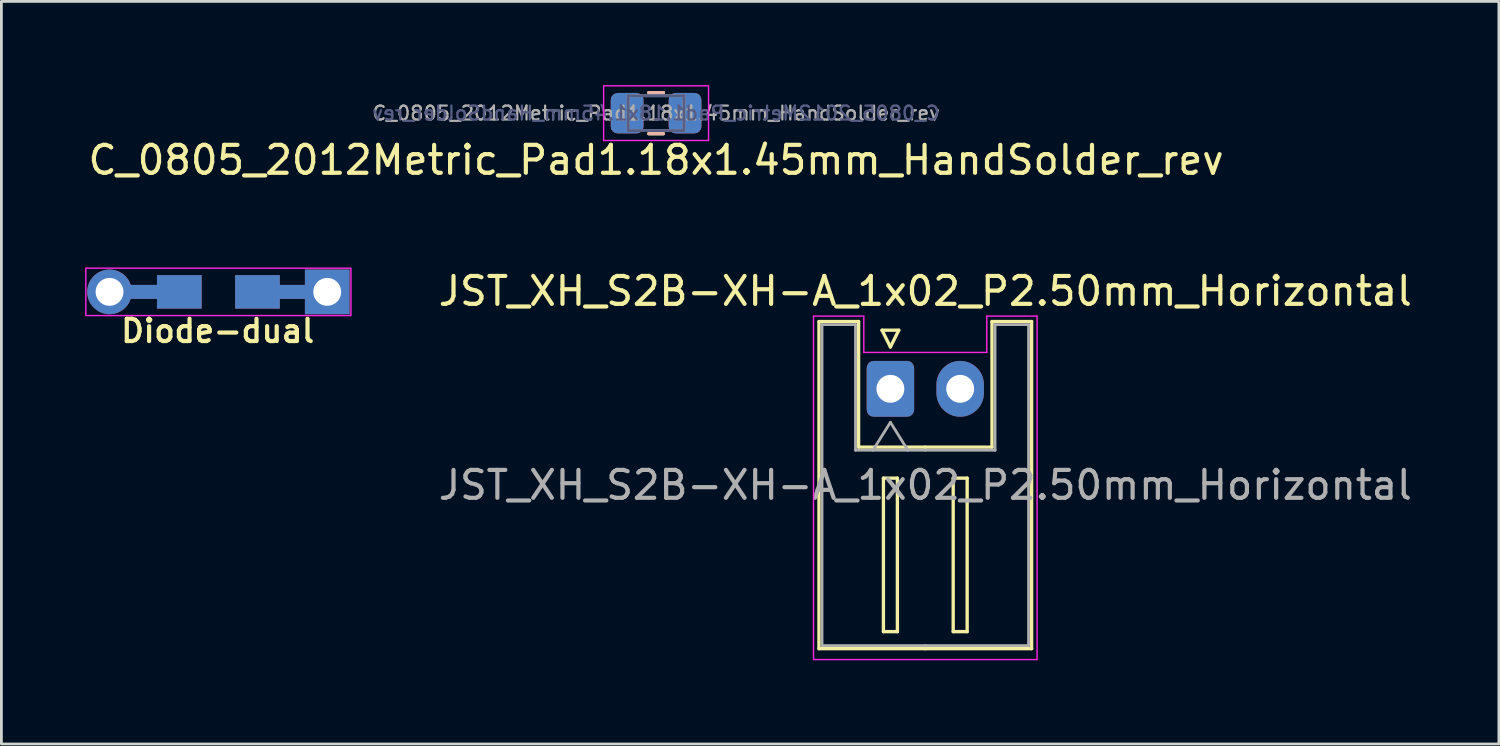
<source format=kicad_pcb>
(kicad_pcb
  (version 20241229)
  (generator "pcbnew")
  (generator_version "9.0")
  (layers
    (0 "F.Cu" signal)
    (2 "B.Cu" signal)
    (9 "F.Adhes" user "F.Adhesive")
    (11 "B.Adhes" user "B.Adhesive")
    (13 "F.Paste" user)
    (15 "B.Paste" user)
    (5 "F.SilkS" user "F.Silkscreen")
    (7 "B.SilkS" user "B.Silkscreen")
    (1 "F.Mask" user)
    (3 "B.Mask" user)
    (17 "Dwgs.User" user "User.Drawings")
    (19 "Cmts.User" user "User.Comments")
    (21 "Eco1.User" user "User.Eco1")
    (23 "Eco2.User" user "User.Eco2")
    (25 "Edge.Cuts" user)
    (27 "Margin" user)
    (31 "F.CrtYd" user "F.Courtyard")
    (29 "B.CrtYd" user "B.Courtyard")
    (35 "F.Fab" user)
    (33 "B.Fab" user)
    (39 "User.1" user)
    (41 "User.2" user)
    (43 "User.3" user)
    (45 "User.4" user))
  (footprint "JST_XH_S2B-XH-A_1x02_P2.50mm_Horizontal"
    (layer "F.Cu")
    (at 28.854 10.882)
    (property "Reference" "JST_XH_S2B-XH-A_1x02_P2.50mm_Horizontal" (at 1.25 -3.5 0) (layer "F.SilkS") (effects (font (size 1 1) (thickness 0.15))))
    (attr through_hole)
    (fp_line (start -2.56 -2.41) (end -1.14 -2.41) (stroke (width 0.12) (type solid)) (layer "F.SilkS"))
    (fp_line (start -2.56 9.31) (end -2.56 -2.41) (stroke (width 0.12) (type solid)) (layer "F.SilkS"))
    (fp_line (start -1.14 -2.41) (end -1.14 2.09) (stroke (width 0.12) (type solid)) (layer "F.SilkS"))
    (fp_line (start -1.14 2.09) (end 1.25 2.09) (stroke (width 0.12) (type solid)) (layer "F.SilkS"))
    (fp_line (start -0.3 -2.1) (end 0.3 -2.1) (stroke (width 0.12) (type solid)) (layer "F.SilkS"))
    (fp_line (start -0.25 3.2) (end -0.25 8.7) (stroke (width 0.12) (type solid)) (layer "F.SilkS"))
    (fp_line (start -0.25 8.7) (end 0.25 8.7) (stroke (width 0.12) (type solid)) (layer "F.SilkS"))
    (fp_line (start 0 -1.5) (end -0.3 -2.1) (stroke (width 0.12) (type solid)) (layer "F.SilkS"))
    (fp_line (start 0.25 3.2) (end -0.25 3.2) (stroke (width 0.12) (type solid)) (layer "F.SilkS"))
    (fp_line (start 0.25 8.7) (end 0.25 3.2) (stroke (width 0.12) (type solid)) (layer "F.SilkS"))
    (fp_line (start 0.3 -2.1) (end 0 -1.5) (stroke (width 0.12) (type solid)) (layer "F.SilkS"))
    (fp_line (start 1.25 9.31) (end -2.56 9.31) (stroke (width 0.12) (type solid)) (layer "F.SilkS"))
    (fp_line (start 1.25 9.31) (end 5.06 9.31) (stroke (width 0.12) (type solid)) (layer "F.SilkS"))
    (fp_line (start 2.25 3.2) (end 2.25 8.7) (stroke (width 0.12) (type solid)) (layer "F.SilkS"))
    (fp_line (start 2.25 8.7) (end 2.75 8.7) (stroke (width 0.12) (type solid)) (layer "F.SilkS"))
    (fp_line (start 2.75 3.2) (end 2.25 3.2) (stroke (width 0.12) (type solid)) (layer "F.SilkS"))
    (fp_line (start 2.75 8.7) (end 2.75 3.2) (stroke (width 0.12) (type solid)) (layer "F.SilkS"))
    (fp_line (start 3.64 -2.41) (end 3.64 2.09) (stroke (width 0.12) (type solid)) (layer "F.SilkS"))
    (fp_line (start 3.64 2.09) (end 1.25 2.09) (stroke (width 0.12) (type solid)) (layer "F.SilkS"))
    (fp_line (start 5.06 -2.41) (end 3.64 -2.41) (stroke (width 0.12) (type solid)) (layer "F.SilkS"))
    (fp_line (start 5.06 9.31) (end 5.06 -2.41) (stroke (width 0.12) (type solid)) (layer "F.SilkS"))
    (fp_line (start -2.755 -2.605) (end -2.755 9.7) (stroke (width 0.05) (type solid)) (layer "F.CrtYd"))
    (fp_line (start -2.755 -2.605) (end -0.953 -2.605) (stroke (width 0.05) (type solid)) (layer "F.CrtYd"))
    (fp_line (start -2.755 9.7) (end 5.255 9.7) (stroke (width 0.05) (type solid)) (layer "F.CrtYd"))
    (fp_line (start -0.953 -2.605) (end -0.953 -1.305) (stroke (width 0.05) (type solid)) (layer "F.CrtYd"))
    (fp_line (start -0.953 -1.305) (end 3.453 -1.305) (stroke (width 0.05) (type solid)) (layer "F.CrtYd"))
    (fp_line (start 3.453 -2.605) (end 3.453 -1.305) (stroke (width 0.05) (type solid)) (layer "F.CrtYd"))
    (fp_line (start 5.255 -2.605) (end 3.453 -2.605) (stroke (width 0.05) (type solid)) (layer "F.CrtYd"))
    (fp_line (start 5.255 9.7) (end 5.255 -2.605) (stroke (width 0.05) (type solid)) (layer "F.CrtYd"))
    (fp_line (start -2.45 -2.3) (end -1.25 -2.3) (stroke (width 0.1) (type solid)) (layer "F.Fab"))
    (fp_line (start -2.45 9.2) (end -2.45 -2.3) (stroke (width 0.1) (type solid)) (layer "F.Fab"))
    (fp_line (start -1.25 -2.3) (end -1.25 2.2) (stroke (width 0.1) (type solid)) (layer "F.Fab"))
    (fp_line (start -1.25 2.2) (end 1.25 2.2) (stroke (width 0.1) (type solid)) (layer "F.Fab"))
    (fp_line (start -0.625 2.2) (end 0 1.2) (stroke (width 0.1) (type solid)) (layer "F.Fab"))
    (fp_line (start 0 1.2) (end 0.625 2.2) (stroke (width 0.1) (type solid)) (layer "F.Fab"))
    (fp_line (start 1.25 9.2) (end -2.45 9.2) (stroke (width 0.1) (type solid)) (layer "F.Fab"))
    (fp_line (start 1.25 9.2) (end 4.95 9.2) (stroke (width 0.1) (type solid)) (layer "F.Fab"))
    (fp_line (start 3.75 -2.3) (end 3.75 2.2) (stroke (width 0.1) (type solid)) (layer "F.Fab"))
    (fp_line (start 3.75 2.2) (end 1.25 2.2) (stroke (width 0.1) (type solid)) (layer "F.Fab"))
    (fp_line (start 4.95 -2.3) (end 3.75 -2.3) (stroke (width 0.1) (type solid)) (layer "F.Fab"))
    (fp_line (start 4.95 9.2) (end 4.95 -2.3) (stroke (width 0.1) (type solid)) (layer "F.Fab"))
    (fp_text user "${REFERENCE}" (at 1.25 3.45 0) (layer "F.Fab") (effects (font (size 1 1) (thickness 0.15))))
    (pad "1" thru_hole roundrect (at 0 0) (size 1.7 2) (drill 1) (layers "*.Cu" "*.Mask") (roundrect_rratio 0.147))
    (pad "2" thru_hole oval (at 2.5 0) (size 1.7 2) (drill 1) (layers "*.Cu" "*.Mask")))
  (footprint "Diode-dual"
    (layer "F.Cu")
    (at 4.775 7.408)
    (property "Reference" "Diode-dual" (at -0.025 1.4 0) (layer "F.SilkS") (effects (font (size 0.8 0.8) (thickness 0.15))))
    (attr smd)
    (fp_rect (start -4.75 -0.85) (end 4.75 0.85) (stroke (width 0.05) (type default)) (fill no) (layer "F.CrtYd"))
    (pad "1" smd rect (at 1.4 0) (size 1.6 1.2) (layers "F.Cu" "F.Mask" "F.Paste"))
    (pad "1" smd rect (at 1.4 0) (size 1.6 1.2) (layers "B.Cu" "B.Mask" "B.Paste"))
    (pad "1" smd rect (at 2.5 0) (size 2.9 0.5) (layers "F.Cu"))
    (pad "1" smd rect (at 2.5 0) (size 2.9 0.5) (layers "B.Cu"))
    (pad "1" thru_hole rect (at 3.9 0) (size 1.6 1.6) (drill 1) (layers "*.Cu" "*.Mask"))
    (pad "2" thru_hole circle (at -3.9 0) (size 1.6 1.6) (drill 1) (layers "*.Cu" "*.Mask"))
    (pad "2" smd rect (at -2.5 0) (size 2.9 0.5) (layers "F.Cu"))
    (pad "2" smd rect (at -2.5 0) (size 2.9 0.5) (layers "B.Cu"))
    (pad "2" smd rect (at -1.4 0) (size 1.6 1.2) (layers "F.Cu" "F.Mask" "F.Paste"))
    (pad "2" smd rect (at -1.4 0) (size 1.6 1.2) (layers "B.Cu" "B.Mask" "B.Paste")))
  (footprint "C_0805_2012Metric_Pad1.18x1.45mm_HandSolder_rev"
    (layer "F.Cu")
    (at 20.458 1.005)
    (property "Reference" "C_0805_2012Metric_Pad1.18x1.45mm_HandSolder_rev" (at 0 1.68 180) (layer "F.SilkS") (effects (font (size 1 1) (thickness 0.15))))
    (attr smd)
    (fp_line (start 0.261 -0.735) (end -0.261 -0.735) (stroke (width 0.12) (type solid)) (layer "F.SilkS"))
    (fp_line (start 0.261 0.735) (end -0.261 0.735) (stroke (width 0.12) (type solid)) (layer "F.SilkS"))
    (fp_line (start 0.261 -0.735) (end -0.261 -0.735) (stroke (width 0.12) (type solid)) (layer "B.SilkS"))
    (fp_line (start 0.261 0.735) (end -0.261 0.735) (stroke (width 0.12) (type solid)) (layer "B.SilkS"))
    (fp_line (start -1.88 -0.98) (end 1.88 -0.98) (stroke (width 0.05) (type solid)) (layer "F.CrtYd"))
    (fp_line (start -1.88 0.98) (end -1.88 -0.98) (stroke (width 0.05) (type solid)) (layer "F.CrtYd"))
    (fp_line (start 1.88 -0.98) (end 1.88 0.98) (stroke (width 0.05) (type solid)) (layer "F.CrtYd"))
    (fp_line (start 1.88 0.98) (end -1.88 0.98) (stroke (width 0.05) (type solid)) (layer "F.CrtYd"))
    (fp_line (start -1 -0.625) (end -1 0.625) (stroke (width 0.1) (type solid)) (layer "B.Fab"))
    (fp_line (start -1 0.625) (end 1 0.625) (stroke (width 0.1) (type solid)) (layer "B.Fab"))
    (fp_line (start 1 -0.625) (end -1 -0.625) (stroke (width 0.1) (type solid)) (layer "B.Fab"))
    (fp_line (start 1 0.625) (end 1 -0.625) (stroke (width 0.1) (type solid)) (layer "B.Fab"))
    (fp_line (start -1 -0.625) (end 1 -0.625) (stroke (width 0.1) (type solid)) (layer "F.Fab"))
    (fp_line (start -1 0.625) (end -1 -0.625) (stroke (width 0.1) (type solid)) (layer "F.Fab"))
    (fp_line (start 1 -0.625) (end 1 0.625) (stroke (width 0.1) (type solid)) (layer "F.Fab"))
    (fp_line (start 1 0.625) (end -1 0.625) (stroke (width 0.1) (type solid)) (layer "F.Fab"))
    (fp_text user "${REFERENCE}" (at 0 0 0) (layer "B.Fab") (effects (font (size 0.5 0.5) (thickness 0.08)) (justify mirror)))
    (fp_text user "${REFERENCE}" (at 0 0 180) (layer "F.Fab") (effects (font (size 0.5 0.5) (thickness 0.08))))
    (pad "1" smd roundrect (at 1.038 0 180) (size 1.175 1.45) (layers "F.Cu" "F.Mask" "F.Paste") (roundrect_rratio 0.213))
    (pad "1" smd roundrect (at 1.038 0) (size 1.175 1.45) (layers "B.Cu" "B.Mask" "B.Paste") (roundrect_rratio 0.213))
    (pad "2" smd roundrect (at -1.038 0 180) (size 1.175 1.45) (layers "F.Cu" "F.Mask" "F.Paste") (roundrect_rratio 0.213))
    (pad "2" smd roundrect (at -1.038 0) (size 1.175 1.45) (layers "B.Cu" "B.Mask" "B.Paste") (roundrect_rratio 0.213)))
  (gr_rect
    (start -3 -3)
    (end 50.657 23.607)
    (stroke (width 0.1) (type default))
    (fill no)
    (layer "Edge.Cuts")))
</source>
